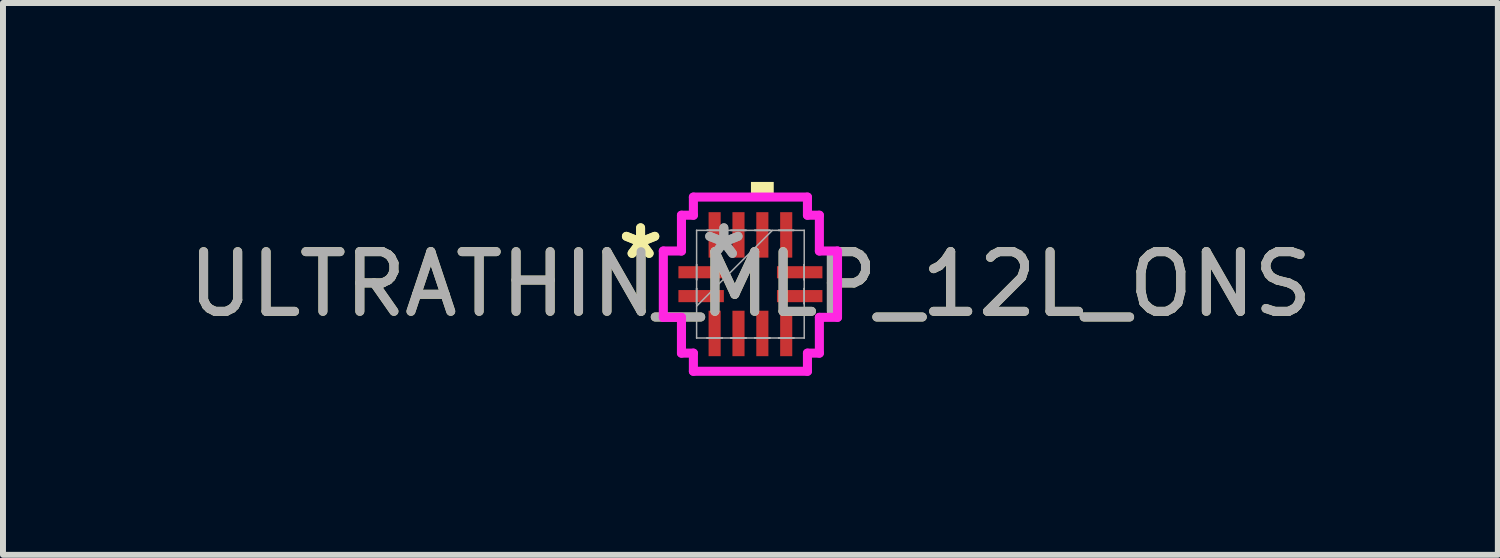
<source format=kicad_pcb>
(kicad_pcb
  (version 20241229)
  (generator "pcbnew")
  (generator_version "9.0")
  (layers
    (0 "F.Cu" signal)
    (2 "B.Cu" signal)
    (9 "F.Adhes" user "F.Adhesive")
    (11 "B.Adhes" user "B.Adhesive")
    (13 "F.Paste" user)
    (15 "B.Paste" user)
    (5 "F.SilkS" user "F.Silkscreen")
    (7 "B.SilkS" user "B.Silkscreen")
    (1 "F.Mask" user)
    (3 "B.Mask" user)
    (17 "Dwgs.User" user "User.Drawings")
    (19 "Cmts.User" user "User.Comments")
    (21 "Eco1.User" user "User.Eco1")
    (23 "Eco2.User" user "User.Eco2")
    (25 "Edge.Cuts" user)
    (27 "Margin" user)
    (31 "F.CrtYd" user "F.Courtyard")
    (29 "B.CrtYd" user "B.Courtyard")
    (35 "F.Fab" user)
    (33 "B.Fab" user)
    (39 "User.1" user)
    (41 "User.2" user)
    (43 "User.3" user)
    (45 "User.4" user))
  (footprint "ULTRATHIN_MLP_12L_ONS"
    (layer "F.Cu")
    (at 9.53 1.714)
    (property "Reference" "ULTRATHIN_MLP_12L_ONS" (at 0 0 0) (unlocked yes) (layer "F.SilkS") (effects (font (size 1 1) (thickness 0.15))))
    (attr smd)
    (fp_poly (pts (xy 0.009 -1.46) (xy 0.009 -1.714) (xy 0.391 -1.714) (xy 0.391 -1.46)) (stroke (width 0) (type solid)) (fill yes) (layer "F.SilkS"))
    (fp_line (start -1.46 -0.556) (end -1.156 -0.556) (stroke (width 0.152) (type solid)) (layer "F.CrtYd"))
    (fp_line (start -1.46 0.556) (end -1.46 -0.556) (stroke (width 0.152) (type solid)) (layer "F.CrtYd"))
    (fp_line (start -1.156 -1.156) (end -0.956 -1.156) (stroke (width 0.152) (type solid)) (layer "F.CrtYd"))
    (fp_line (start -1.156 -0.556) (end -1.156 -1.156) (stroke (width 0.152) (type solid)) (layer "F.CrtYd"))
    (fp_line (start -1.156 0.556) (end -1.46 0.556) (stroke (width 0.152) (type solid)) (layer "F.CrtYd"))
    (fp_line (start -1.156 1.156) (end -1.156 0.556) (stroke (width 0.152) (type solid)) (layer "F.CrtYd"))
    (fp_line (start -0.956 -1.46) (end 0.956 -1.46) (stroke (width 0.152) (type solid)) (layer "F.CrtYd"))
    (fp_line (start -0.956 -1.156) (end -0.956 -1.46) (stroke (width 0.152) (type solid)) (layer "F.CrtYd"))
    (fp_line (start -0.956 1.156) (end -1.156 1.156) (stroke (width 0.152) (type solid)) (layer "F.CrtYd"))
    (fp_line (start -0.956 1.46) (end -0.956 1.156) (stroke (width 0.152) (type solid)) (layer "F.CrtYd"))
    (fp_line (start 0.956 -1.46) (end 0.956 -1.156) (stroke (width 0.152) (type solid)) (layer "F.CrtYd"))
    (fp_line (start 0.956 -1.156) (end 1.156 -1.156) (stroke (width 0.152) (type solid)) (layer "F.CrtYd"))
    (fp_line (start 0.956 1.156) (end 0.956 1.46) (stroke (width 0.152) (type solid)) (layer "F.CrtYd"))
    (fp_line (start 0.956 1.46) (end -0.956 1.46) (stroke (width 0.152) (type solid)) (layer "F.CrtYd"))
    (fp_line (start 1.156 -1.156) (end 1.156 -0.556) (stroke (width 0.152) (type solid)) (layer "F.CrtYd"))
    (fp_line (start 1.156 -0.556) (end 1.46 -0.556) (stroke (width 0.152) (type solid)) (layer "F.CrtYd"))
    (fp_line (start 1.156 0.556) (end 1.156 1.156) (stroke (width 0.152) (type solid)) (layer "F.CrtYd"))
    (fp_line (start 1.156 1.156) (end 0.956 1.156) (stroke (width 0.152) (type solid)) (layer "F.CrtYd"))
    (fp_line (start 1.46 -0.556) (end 1.46 0.556) (stroke (width 0.152) (type solid)) (layer "F.CrtYd"))
    (fp_line (start 1.46 0.556) (end 1.156 0.556) (stroke (width 0.152) (type solid)) (layer "F.CrtYd"))
    (fp_line (start -0.902 -0.902) (end -0.902 -0.902) (stroke (width 0.025) (type solid)) (layer "F.Fab"))
    (fp_line (start -0.902 -0.902) (end -0.902 0.902) (stroke (width 0.025) (type solid)) (layer "F.Fab"))
    (fp_line (start -0.902 -0.327) (end -0.902 -0.327) (stroke (width 0.025) (type solid)) (layer "F.Fab"))
    (fp_line (start -0.902 -0.327) (end -0.902 -0.073) (stroke (width 0.025) (type solid)) (layer "F.Fab"))
    (fp_line (start -0.902 -0.073) (end -0.902 -0.327) (stroke (width 0.025) (type solid)) (layer "F.Fab"))
    (fp_line (start -0.902 -0.073) (end -0.902 -0.073) (stroke (width 0.025) (type solid)) (layer "F.Fab"))
    (fp_line (start -0.902 0.073) (end -0.902 0.073) (stroke (width 0.025) (type solid)) (layer "F.Fab"))
    (fp_line (start -0.902 0.073) (end -0.902 0.327) (stroke (width 0.025) (type solid)) (layer "F.Fab"))
    (fp_line (start -0.902 0.327) (end -0.902 0.073) (stroke (width 0.025) (type solid)) (layer "F.Fab"))
    (fp_line (start -0.902 0.327) (end -0.902 0.327) (stroke (width 0.025) (type solid)) (layer "F.Fab"))
    (fp_line (start -0.902 0.368) (end 0.368 -0.902) (stroke (width 0.025) (type solid)) (layer "F.Fab"))
    (fp_line (start -0.902 0.902) (end -0.902 0.902) (stroke (width 0.025) (type solid)) (layer "F.Fab"))
    (fp_line (start -0.902 0.902) (end 0.902 0.902) (stroke (width 0.025) (type solid)) (layer "F.Fab"))
    (fp_line (start -0.727 -0.902) (end -0.727 -0.902) (stroke (width 0.025) (type solid)) (layer "F.Fab"))
    (fp_line (start -0.727 -0.902) (end -0.473 -0.902) (stroke (width 0.025) (type solid)) (layer "F.Fab"))
    (fp_line (start -0.727 0.902) (end -0.727 0.902) (stroke (width 0.025) (type solid)) (layer "F.Fab"))
    (fp_line (start -0.727 0.902) (end -0.473 0.902) (stroke (width 0.025) (type solid)) (layer "F.Fab"))
    (fp_line (start -0.473 -0.902) (end -0.727 -0.902) (stroke (width 0.025) (type solid)) (layer "F.Fab"))
    (fp_line (start -0.473 -0.902) (end -0.473 -0.902) (stroke (width 0.025) (type solid)) (layer "F.Fab"))
    (fp_line (start -0.473 0.902) (end -0.727 0.902) (stroke (width 0.025) (type solid)) (layer "F.Fab"))
    (fp_line (start -0.473 0.902) (end -0.473 0.902) (stroke (width 0.025) (type solid)) (layer "F.Fab"))
    (fp_line (start -0.327 -0.902) (end -0.327 -0.902) (stroke (width 0.025) (type solid)) (layer "F.Fab"))
    (fp_line (start -0.327 -0.902) (end -0.073 -0.902) (stroke (width 0.025) (type solid)) (layer "F.Fab"))
    (fp_line (start -0.327 0.902) (end -0.327 0.902) (stroke (width 0.025) (type solid)) (layer "F.Fab"))
    (fp_line (start -0.327 0.902) (end -0.073 0.902) (stroke (width 0.025) (type solid)) (layer "F.Fab"))
    (fp_line (start -0.073 -0.902) (end -0.327 -0.902) (stroke (width 0.025) (type solid)) (layer "F.Fab"))
    (fp_line (start -0.073 -0.902) (end -0.073 -0.902) (stroke (width 0.025) (type solid)) (layer "F.Fab"))
    (fp_line (start -0.073 0.902) (end -0.327 0.902) (stroke (width 0.025) (type solid)) (layer "F.Fab"))
    (fp_line (start -0.073 0.902) (end -0.073 0.902) (stroke (width 0.025) (type solid)) (layer "F.Fab"))
    (fp_line (start 0.073 -0.902) (end 0.073 -0.902) (stroke (width 0.025) (type solid)) (layer "F.Fab"))
    (fp_line (start 0.073 -0.902) (end 0.327 -0.902) (stroke (width 0.025) (type solid)) (layer "F.Fab"))
    (fp_line (start 0.073 0.902) (end 0.073 0.902) (stroke (width 0.025) (type solid)) (layer "F.Fab"))
    (fp_line (start 0.073 0.902) (end 0.327 0.902) (stroke (width 0.025) (type solid)) (layer "F.Fab"))
    (fp_line (start 0.327 -0.902) (end 0.073 -0.902) (stroke (width 0.025) (type solid)) (layer "F.Fab"))
    (fp_line (start 0.327 -0.902) (end 0.327 -0.902) (stroke (width 0.025) (type solid)) (layer "F.Fab"))
    (fp_line (start 0.327 0.902) (end 0.073 0.902) (stroke (width 0.025) (type solid)) (layer "F.Fab"))
    (fp_line (start 0.327 0.902) (end 0.327 0.902) (stroke (width 0.025) (type solid)) (layer "F.Fab"))
    (fp_line (start 0.473 -0.902) (end 0.473 -0.902) (stroke (width 0.025) (type solid)) (layer "F.Fab"))
    (fp_line (start 0.473 -0.902) (end 0.727 -0.902) (stroke (width 0.025) (type solid)) (layer "F.Fab"))
    (fp_line (start 0.473 0.902) (end 0.473 0.902) (stroke (width 0.025) (type solid)) (layer "F.Fab"))
    (fp_line (start 0.473 0.902) (end 0.727 0.902) (stroke (width 0.025) (type solid)) (layer "F.Fab"))
    (fp_line (start 0.727 -0.902) (end 0.473 -0.902) (stroke (width 0.025) (type solid)) (layer "F.Fab"))
    (fp_line (start 0.727 -0.902) (end 0.727 -0.902) (stroke (width 0.025) (type solid)) (layer "F.Fab"))
    (fp_line (start 0.727 0.902) (end 0.473 0.902) (stroke (width 0.025) (type solid)) (layer "F.Fab"))
    (fp_line (start 0.727 0.902) (end 0.727 0.902) (stroke (width 0.025) (type solid)) (layer "F.Fab"))
    (fp_line (start 0.902 -0.902) (end -0.902 -0.902) (stroke (width 0.025) (type solid)) (layer "F.Fab"))
    (fp_line (start 0.902 -0.902) (end 0.902 -0.902) (stroke (width 0.025) (type solid)) (layer "F.Fab"))
    (fp_line (start 0.902 -0.327) (end 0.902 -0.327) (stroke (width 0.025) (type solid)) (layer "F.Fab"))
    (fp_line (start 0.902 -0.327) (end 0.902 -0.073) (stroke (width 0.025) (type solid)) (layer "F.Fab"))
    (fp_line (start 0.902 -0.073) (end 0.902 -0.327) (stroke (width 0.025) (type solid)) (layer "F.Fab"))
    (fp_line (start 0.902 -0.073) (end 0.902 -0.073) (stroke (width 0.025) (type solid)) (layer "F.Fab"))
    (fp_line (start 0.902 0.073) (end 0.902 0.073) (stroke (width 0.025) (type solid)) (layer "F.Fab"))
    (fp_line (start 0.902 0.073) (end 0.902 0.327) (stroke (width 0.025) (type solid)) (layer "F.Fab"))
    (fp_line (start 0.902 0.327) (end 0.902 0.073) (stroke (width 0.025) (type solid)) (layer "F.Fab"))
    (fp_line (start 0.902 0.327) (end 0.902 0.327) (stroke (width 0.025) (type solid)) (layer "F.Fab"))
    (fp_line (start 0.902 0.902) (end 0.902 -0.902) (stroke (width 0.025) (type solid)) (layer "F.Fab"))
    (fp_line (start 0.902 0.902) (end 0.902 0.902) (stroke (width 0.025) (type solid)) (layer "F.Fab"))
    (fp_text user "*" (at -1.841 -0.4 0) (layer "F.SilkS") (effects (font (size 1 1) (thickness 0.15))))
    (fp_text user "*" (at -1.841 -0.4 0) (unlocked yes) (layer "F.SilkS") (effects (font (size 1 1) (thickness 0.15))))
    (fp_text user "${REFERENCE}" (at 0 0 0) (unlocked yes) (layer "F.Fab") (effects (font (size 1 1) (thickness 0.15))))
    (fp_text user "*" (at -0.445 -0.4 0) (unlocked yes) (layer "F.Fab") (effects (font (size 1 1) (thickness 0.15))))
    (fp_text user "*" (at -0.445 -0.4 0) (layer "F.Fab") (effects (font (size 1 1) (thickness 0.15))))
    (pad "1" smd rect (at -0.826 -0.2 90) (size 0.203 0.762) (layers "F.Cu" "F.Mask" "F.Paste"))
    (pad "2" smd rect (at -0.826 0.2 90) (size 0.203 0.762) (layers "F.Cu" "F.Mask" "F.Paste"))
    (pad "3" smd rect (at -0.6 0.826) (size 0.203 0.762) (layers "F.Cu" "F.Mask" "F.Paste"))
    (pad "4" smd rect (at -0.2 0.826) (size 0.203 0.762) (layers "F.Cu" "F.Mask" "F.Paste"))
    (pad "5" smd rect (at 0.2 0.826) (size 0.203 0.762) (layers "F.Cu" "F.Mask" "F.Paste"))
    (pad "6" smd rect (at 0.6 0.826) (size 0.203 0.762) (layers "F.Cu" "F.Mask" "F.Paste"))
    (pad "7" smd rect (at 0.826 0.2 90) (size 0.203 0.762) (layers "F.Cu" "F.Mask" "F.Paste"))
    (pad "8" smd rect (at 0.826 -0.2 90) (size 0.203 0.762) (layers "F.Cu" "F.Mask" "F.Paste"))
    (pad "9" smd rect (at 0.6 -0.826) (size 0.203 0.762) (layers "F.Cu" "F.Mask" "F.Paste"))
    (pad "10" smd rect (at 0.2 -0.826) (size 0.203 0.762) (layers "F.Cu" "F.Mask" "F.Paste"))
    (pad "11" smd rect (at -0.2 -0.826) (size 0.203 0.762) (layers "F.Cu" "F.Mask" "F.Paste"))
    (pad "12" smd rect (at -0.6 -0.826) (size 0.203 0.762) (layers "F.Cu" "F.Mask" "F.Paste")))
  (gr_rect
    (start -3 -3)
    (end 22.06 6.251)
    (stroke (width 0.1) (type default))
    (fill no)
    (layer "Edge.Cuts")))
</source>
